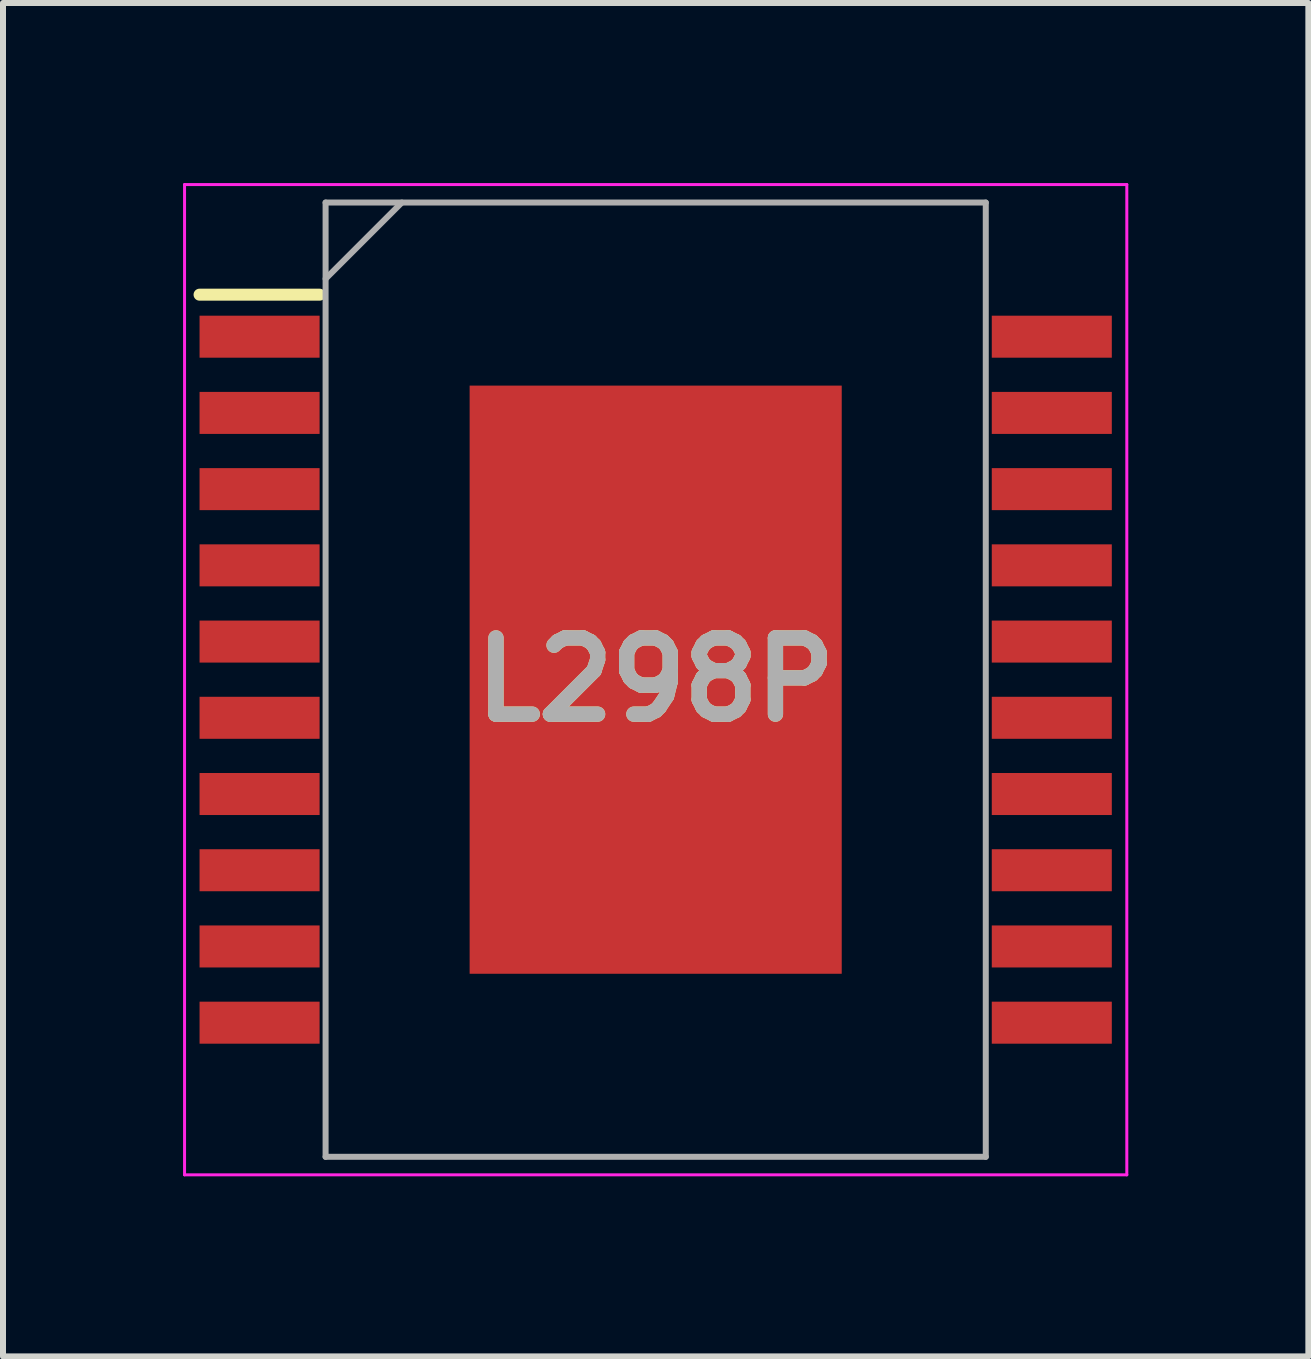
<source format=kicad_pcb>
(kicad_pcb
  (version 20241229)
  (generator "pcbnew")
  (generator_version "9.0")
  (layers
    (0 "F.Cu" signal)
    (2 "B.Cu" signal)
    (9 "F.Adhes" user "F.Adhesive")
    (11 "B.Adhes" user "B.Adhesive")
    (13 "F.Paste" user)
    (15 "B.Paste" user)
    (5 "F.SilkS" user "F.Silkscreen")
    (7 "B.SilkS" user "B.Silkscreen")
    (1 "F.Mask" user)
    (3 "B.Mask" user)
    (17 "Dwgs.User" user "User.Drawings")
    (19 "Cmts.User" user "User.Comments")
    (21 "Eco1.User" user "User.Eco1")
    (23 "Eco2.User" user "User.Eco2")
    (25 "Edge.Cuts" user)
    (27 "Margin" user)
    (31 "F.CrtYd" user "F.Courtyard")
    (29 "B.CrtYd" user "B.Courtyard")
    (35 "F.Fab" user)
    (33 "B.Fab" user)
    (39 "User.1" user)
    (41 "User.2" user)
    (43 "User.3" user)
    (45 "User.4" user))
  (footprint "L298P"
    (layer "F.Cu")
    (at 7.875 8.275)
    (property "Reference" "L298P" (at 0 0 0) (layer "F.SilkS") (effects (font (size 1.27 1.27) (thickness 0.254))))
    (attr smd)
    (fp_line (start -7.6 -6.415) (end -5.6 -6.415) (stroke (width 0.2) (type solid)) (layer "F.SilkS"))
    (fp_line (start -7.85 -8.25) (end 7.85 -8.25) (stroke (width 0.05) (type solid)) (layer "F.CrtYd"))
    (fp_line (start -7.85 8.25) (end -7.85 -8.25) (stroke (width 0.05) (type solid)) (layer "F.CrtYd"))
    (fp_line (start 7.85 -8.25) (end 7.85 8.25) (stroke (width 0.05) (type solid)) (layer "F.CrtYd"))
    (fp_line (start 7.85 8.25) (end -7.85 8.25) (stroke (width 0.05) (type solid)) (layer "F.CrtYd"))
    (fp_line (start -5.5 -7.95) (end 5.5 -7.95) (stroke (width 0.1) (type solid)) (layer "F.Fab"))
    (fp_line (start -5.5 -6.68) (end -4.23 -7.95) (stroke (width 0.1) (type solid)) (layer "F.Fab"))
    (fp_line (start -5.5 7.95) (end -5.5 -7.95) (stroke (width 0.1) (type solid)) (layer "F.Fab"))
    (fp_line (start 5.5 -7.95) (end 5.5 7.95) (stroke (width 0.1) (type solid)) (layer "F.Fab"))
    (fp_line (start 5.5 7.95) (end -5.5 7.95) (stroke (width 0.1) (type solid)) (layer "F.Fab"))
    (fp_text user "${REFERENCE}" (at 0 0 0) (layer "F.Fab") (effects (font (size 1.27 1.27) (thickness 0.254))))
    (pad "1" smd rect (at -6.6 -5.715 90) (size 0.7 2) (layers "F.Cu" "F.Mask" "F.Paste"))
    (pad "2" smd rect (at -6.6 -4.445 90) (size 0.7 2) (layers "F.Cu" "F.Mask" "F.Paste"))
    (pad "3" smd rect (at -6.6 -3.175 90) (size 0.7 2) (layers "F.Cu" "F.Mask" "F.Paste"))
    (pad "4" smd rect (at -6.6 -1.905 90) (size 0.7 2) (layers "F.Cu" "F.Mask" "F.Paste"))
    (pad "5" smd rect (at -6.6 -0.635 90) (size 0.7 2) (layers "F.Cu" "F.Mask" "F.Paste"))
    (pad "6" smd rect (at -6.6 0.635 90) (size 0.7 2) (layers "F.Cu" "F.Mask" "F.Paste"))
    (pad "7" smd rect (at -6.6 1.905 90) (size 0.7 2) (layers "F.Cu" "F.Mask" "F.Paste"))
    (pad "8" smd rect (at -6.6 3.175 90) (size 0.7 2) (layers "F.Cu" "F.Mask" "F.Paste"))
    (pad "9" smd rect (at -6.6 4.445 90) (size 0.7 2) (layers "F.Cu" "F.Mask" "F.Paste"))
    (pad "10" smd rect (at -6.6 5.715 90) (size 0.7 2) (layers "F.Cu" "F.Mask" "F.Paste"))
    (pad "11" smd rect (at 6.6 5.715 90) (size 0.7 2) (layers "F.Cu" "F.Mask" "F.Paste"))
    (pad "12" smd rect (at 6.6 4.445 90) (size 0.7 2) (layers "F.Cu" "F.Mask" "F.Paste"))
    (pad "13" smd rect (at 6.6 3.175 90) (size 0.7 2) (layers "F.Cu" "F.Mask" "F.Paste"))
    (pad "14" smd rect (at 6.6 1.905 90) (size 0.7 2) (layers "F.Cu" "F.Mask" "F.Paste"))
    (pad "15" smd rect (at 6.6 0.635 90) (size 0.7 2) (layers "F.Cu" "F.Mask" "F.Paste"))
    (pad "16" smd rect (at 6.6 -0.635 90) (size 0.7 2) (layers "F.Cu" "F.Mask" "F.Paste"))
    (pad "17" smd rect (at 6.6 -1.905 90) (size 0.7 2) (layers "F.Cu" "F.Mask" "F.Paste"))
    (pad "18" smd rect (at 6.6 -3.175 90) (size 0.7 2) (layers "F.Cu" "F.Mask" "F.Paste"))
    (pad "19" smd rect (at 6.6 -4.445 90) (size 0.7 2) (layers "F.Cu" "F.Mask" "F.Paste"))
    (pad "20" smd rect (at 6.6 -5.715 90) (size 0.7 2) (layers "F.Cu" "F.Mask" "F.Paste"))
    (pad "21" smd rect (at 0 0) (size 6.2 9.8) (layers "F.Cu" "F.Mask" "F.Paste")))
  (gr_rect
    (start -3 -3)
    (end 18.75 19.55)
    (stroke (width 0.1) (type default))
    (fill no)
    (layer "Edge.Cuts")))
</source>
